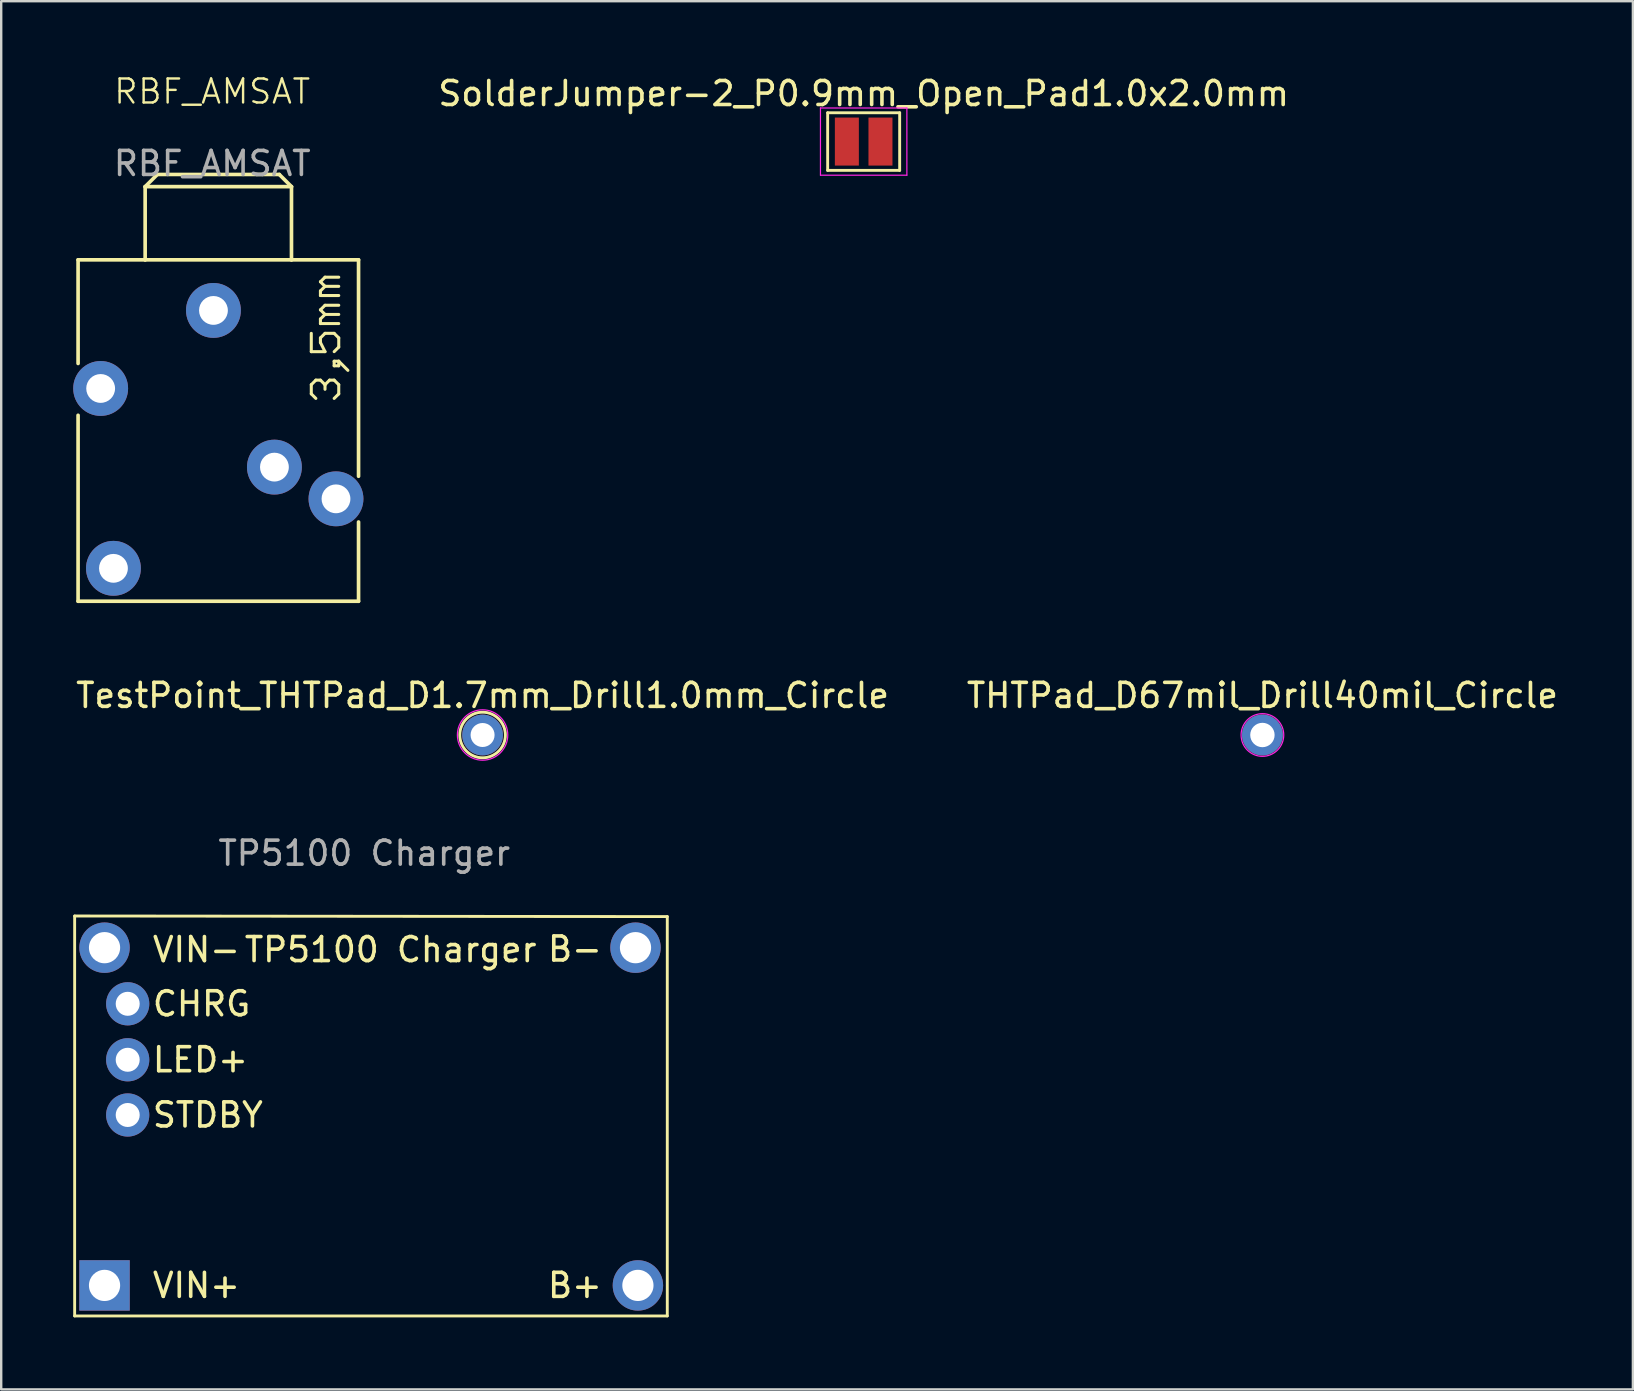
<source format=kicad_pcb>
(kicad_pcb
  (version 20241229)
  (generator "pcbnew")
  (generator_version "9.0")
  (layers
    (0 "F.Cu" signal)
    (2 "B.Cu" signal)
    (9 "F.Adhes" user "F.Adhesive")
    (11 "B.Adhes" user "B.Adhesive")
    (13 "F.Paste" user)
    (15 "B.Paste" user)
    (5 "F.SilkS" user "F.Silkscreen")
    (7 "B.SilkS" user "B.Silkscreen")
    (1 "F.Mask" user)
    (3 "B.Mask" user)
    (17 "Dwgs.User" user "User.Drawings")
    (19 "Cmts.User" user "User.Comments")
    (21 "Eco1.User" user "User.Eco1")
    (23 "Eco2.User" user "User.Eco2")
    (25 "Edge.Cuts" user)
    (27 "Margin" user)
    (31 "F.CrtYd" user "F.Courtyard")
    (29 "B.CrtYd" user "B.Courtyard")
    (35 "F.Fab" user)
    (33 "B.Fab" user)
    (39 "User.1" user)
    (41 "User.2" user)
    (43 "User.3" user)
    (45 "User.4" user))
  (footprint "SolderJumper-2_P0.9mm_Open_Pad1.0x2.0mm"
    (layer "F.Cu")
    (at 32.93 2.848)
    (property "Reference" "SolderJumper-2_P0.9mm_Open_Pad1.0x2.0mm" (at 0 -2 0) (layer "F.SilkS") (effects (font (size 1 1) (thickness 0.15))))
    (attr exclude_from_pos_files exclude_from_bom)
    (fp_line (start -1.5 -1.2) (end 1.5 -1.2) (stroke (width 0.12) (type solid)) (layer "F.SilkS"))
    (fp_line (start -1.5 1.2) (end -1.5 -1.2) (stroke (width 0.12) (type solid)) (layer "F.SilkS"))
    (fp_line (start 1.5 -1.2) (end 1.5 1.2) (stroke (width 0.12) (type solid)) (layer "F.SilkS"))
    (fp_line (start 1.5 1.2) (end -1.5 1.2) (stroke (width 0.12) (type solid)) (layer "F.SilkS"))
    (fp_line (start -1.8 -1.4) (end 1.8 -1.4) (stroke (width 0.05) (type solid)) (layer "F.CrtYd"))
    (fp_line (start -1.8 1.4) (end -1.8 -1.4) (stroke (width 0.05) (type solid)) (layer "F.CrtYd"))
    (fp_line (start 1.8 1.4) (end -1.8 1.4) (stroke (width 0.05) (type solid)) (layer "F.CrtYd"))
    (fp_line (start 1.8 1.4) (end 1.8 -1.4) (stroke (width 0.05) (type solid)) (layer "F.CrtYd"))
    (pad "1" smd rect (at -0.7 0) (size 1 2) (layers "F.Cu" "F.Mask"))
    (pad "2" smd rect (at 0.7 0) (size 1 2) (layers "F.Cu" "F.Mask")))
  (footprint "TestPoint_THTPad_D1.7mm_Drill1.0mm_Circle"
    (layer "F.Cu")
    (at 17.054 27.57)
    (property "Reference" "TestPoint_THTPad_D1.7mm_Drill1.0mm_Circle" (at 0 -1.648 0) (layer "F.SilkS") (effects (font (size 1 1) (thickness 0.15))))
    (attr exclude_from_pos_files exclude_from_bom)
    (fp_circle (center 0 0) (end 0 0.95) (stroke (width 0.12) (type solid)) (fill no) (layer "F.SilkS"))
    (fp_circle (center 0 0) (end 1.05 0) (stroke (width 0.05) (type solid)) (fill no) (layer "F.CrtYd"))
    (pad "1" thru_hole circle (at 0 0) (size 1.7 1.7) (drill 1) (layers "*.Cu" "*.Mask")))
  (footprint "TP5100 Charger"
    (layer "F.Cu")
    (at 12.125 44)
    (property "Reference" "TP5100 Charger" (at 1.1 -7.488 0) (unlocked yes) (layer "F.SilkS") (effects (font (size 1 1) (thickness 0.15))))
    (attr through_hole)
    (fp_line (start -12.065 -8.89) (end 12.624 -8.865) (stroke (width 0.12) (type solid)) (layer "F.SilkS"))
    (fp_line (start -12.065 7.772) (end -12.065 -8.89) (stroke (width 0.12) (type solid)) (layer "F.SilkS"))
    (fp_line (start 12.624 -8.865) (end 12.624 7.772) (stroke (width 0.12) (type solid)) (layer "F.SilkS"))
    (fp_line (start 12.624 7.772) (end -12.065 7.772) (stroke (width 0.12) (type solid)) (layer "F.SilkS"))
    (fp_text user "VIN+" (at -8.9 6.5 0) (unlocked yes) (layer "F.SilkS") (effects (font (size 1 1) (thickness 0.15)) (justify left)))
    (fp_text user "CHRG" (at -8.9 -5.232 0) (unlocked yes) (layer "F.SilkS") (effects (font (size 1 1) (thickness 0.15)) (justify left)))
    (fp_text user "STDBY" (at -8.9 -0.6 0) (unlocked yes) (layer "F.SilkS") (effects (font (size 1 1) (thickness 0.15)) (justify left)))
    (fp_text user "B+" (at 9.994 6.5 0) (unlocked yes) (layer "F.SilkS") (effects (font (size 1 1) (thickness 0.15)) (justify right)))
    (fp_text user "LED+" (at -8.9 -2.9 0) (unlocked yes) (layer "F.SilkS") (effects (font (size 1 1) (thickness 0.15)) (justify left)))
    (fp_text user "VIN-" (at -8.9 -7.488 0) (unlocked yes) (layer "F.SilkS") (effects (font (size 1 1) (thickness 0.15)) (justify left)))
    (fp_text user "B-" (at 9.994 -7.513 0) (unlocked yes) (layer "F.SilkS") (effects (font (size 1 1) (thickness 0.15)) (justify right)))
    (fp_text user "${REFERENCE}" (at 0 -11.506 0) (unlocked yes) (layer "F.Fab") (effects (font (size 1 1) (thickness 0.15))))
    (pad "1" thru_hole rect (at -10.82 6.5) (size 2.1 2.1) (drill 1.3) (layers "*.Cu" "*.Mask"))
    (pad "2" thru_hole circle (at -10.82 -7.57) (size 2.1 2.1) (drill 1.3) (layers "*.Cu" "*.Mask"))
    (pad "3" thru_hole circle (at 11.4 6.5) (size 2.1 2.1) (drill 1.3) (layers "*.Cu" "*.Mask"))
    (pad "4" thru_hole circle (at 11.3 -7.57) (size 2.1 2.1) (drill 1.3) (layers "*.Cu" "*.Mask"))
    (pad "5" thru_hole circle (at -9.855 -5.232) (size 1.8 1.8) (drill 1) (layers "*.Cu" "*.Mask"))
    (pad "6" thru_hole circle (at -9.855 -2.9 180) (size 1.8 1.8) (drill 1) (layers "*.Cu" "*.Mask"))
    (pad "7" thru_hole circle (at -9.855 -0.6 180) (size 1.8 1.8) (drill 1) (layers "*.Cu" "*.Mask")))
  (footprint "THTPad_D67mil_Drill40mil_Circle"
    (layer "F.Cu")
    (at 49.542 27.57)
    (property "Reference" "THTPad_D67mil_Drill40mil_Circle" (at 0 -1.648 0) (layer "F.SilkS") (effects (font (size 1 1) (thickness 0.15))))
    (attr exclude_from_pos_files exclude_from_bom)
    (fp_circle (center 0 0) (end 0.889 0) (stroke (width 0.05) (type solid)) (fill no) (layer "F.CrtYd"))
    (pad "1" thru_hole circle (at 0 0) (size 1.702 1.702) (drill 1.016) (layers "*.Cu" "*.Mask")))
  (footprint "RBF_AMSAT"
    (layer "F.Cu")
    (at 5.842 9.882)
    (property "Reference" "RBF_AMSAT" (at -0.051 -9.121 0) (unlocked yes) (layer "F.SilkS") (effects (font (size 1 1) (thickness 0.1))))
    (attr through_hole)
    (fp_line (start -5.639 -2.108) (end -2.845 -2.108) (stroke (width 0.152) (type solid)) (layer "F.SilkS"))
    (fp_line (start -5.639 2.21) (end -5.639 -2.108) (stroke (width 0.152) (type solid)) (layer "F.SilkS"))
    (fp_line (start -5.639 12.116) (end -5.639 4.369) (stroke (width 0.152) (type solid)) (layer "F.SilkS"))
    (fp_line (start -2.845 -5.156) (end 3.251 -5.156) (stroke (width 0.152) (type solid)) (layer "F.SilkS"))
    (fp_line (start -2.845 -2.108) (end -2.845 -5.156) (stroke (width 0.152) (type solid)) (layer "F.SilkS"))
    (fp_line (start -2.845 -2.108) (end 3.251 -2.108) (stroke (width 0.152) (type solid)) (layer "F.SilkS"))
    (fp_line (start -2.337 -5.664) (end -2.845 -5.156) (stroke (width 0.152) (type solid)) (layer "F.SilkS"))
    (fp_line (start 2.743 -5.664) (end -2.337 -5.664) (stroke (width 0.152) (type solid)) (layer "F.SilkS"))
    (fp_line (start 3.251 -5.156) (end 2.743 -5.664) (stroke (width 0.152) (type solid)) (layer "F.SilkS"))
    (fp_line (start 3.251 -5.156) (end 3.251 -2.108) (stroke (width 0.152) (type solid)) (layer "F.SilkS"))
    (fp_line (start 3.251 -2.108) (end 6.045 -2.108) (stroke (width 0.152) (type solid)) (layer "F.SilkS"))
    (fp_line (start 4.076 1.718) (end 4.076 0.955) (stroke (width 0.127) (type solid)) (layer "F.SilkS"))
    (fp_line (start 4.076 3.094) (end 4.266 2.904) (stroke (width 0.127) (type solid)) (layer "F.SilkS"))
    (fp_line (start 4.076 3.476) (end 4.076 3.094) (stroke (width 0.127) (type solid)) (layer "F.SilkS"))
    (fp_line (start 4.076 3.476) (end 4.266 3.666) (stroke (width 0.127) (type solid)) (layer "F.SilkS"))
    (fp_line (start 4.266 2.904) (end 4.457 2.904) (stroke (width 0.127) (type solid)) (layer "F.SilkS"))
    (fp_line (start 4.457 -1.193) (end 4.648 -1.384) (stroke (width 0.127) (type solid)) (layer "F.SilkS"))
    (fp_line (start 4.457 -0.812) (end 4.648 -1.003) (stroke (width 0.127) (type solid)) (layer "F.SilkS"))
    (fp_line (start 4.457 -0.621) (end 4.457 -0.812) (stroke (width 0.127) (type solid)) (layer "F.SilkS"))
    (fp_line (start 4.457 -0.024) (end 4.648 -0.214) (stroke (width 0.127) (type solid)) (layer "F.SilkS"))
    (fp_line (start 4.457 0.358) (end 4.648 0.167) (stroke (width 0.127) (type solid)) (layer "F.SilkS"))
    (fp_line (start 4.457 0.548) (end 4.457 0.358) (stroke (width 0.127) (type solid)) (layer "F.SilkS"))
    (fp_line (start 4.457 0.548) (end 5.22 0.548) (stroke (width 0.127) (type solid)) (layer "F.SilkS"))
    (fp_line (start 4.457 1.146) (end 4.457 1.336) (stroke (width 0.127) (type solid)) (layer "F.SilkS"))
    (fp_line (start 4.457 1.336) (end 4.648 1.718) (stroke (width 0.127) (type solid)) (layer "F.SilkS"))
    (fp_line (start 4.457 2.904) (end 4.648 3.094) (stroke (width 0.127) (type solid)) (layer "F.SilkS"))
    (fp_line (start 4.648 -1.384) (end 5.22 -1.384) (stroke (width 0.127) (type solid)) (layer "F.SilkS"))
    (fp_line (start 4.648 -1.003) (end 4.457 -1.193) (stroke (width 0.127) (type solid)) (layer "F.SilkS"))
    (fp_line (start 4.648 -0.214) (end 5.22 -0.214) (stroke (width 0.127) (type solid)) (layer "F.SilkS"))
    (fp_line (start 4.648 0.167) (end 4.457 -0.024) (stroke (width 0.127) (type solid)) (layer "F.SilkS"))
    (fp_line (start 4.648 0.955) (end 4.457 1.146) (stroke (width 0.127) (type solid)) (layer "F.SilkS"))
    (fp_line (start 4.648 1.718) (end 4.076 1.718) (stroke (width 0.127) (type solid)) (layer "F.SilkS"))
    (fp_line (start 4.648 3.094) (end 4.838 2.904) (stroke (width 0.127) (type solid)) (layer "F.SilkS"))
    (fp_line (start 4.648 3.285) (end 4.648 3.094) (stroke (width 0.127) (type solid)) (layer "F.SilkS"))
    (fp_line (start 4.838 2.904) (end 5.029 2.904) (stroke (width 0.127) (type solid)) (layer "F.SilkS"))
    (fp_line (start 5.029 0.955) (end 4.648 0.955) (stroke (width 0.127) (type solid)) (layer "F.SilkS"))
    (fp_line (start 5.029 1.718) (end 5.22 1.527) (stroke (width 0.127) (type solid)) (layer "F.SilkS"))
    (fp_line (start 5.029 2.116) (end 5.029 2.307) (stroke (width 0.127) (type solid)) (layer "F.SilkS"))
    (fp_line (start 5.029 2.307) (end 5.22 2.307) (stroke (width 0.127) (type solid)) (layer "F.SilkS"))
    (fp_line (start 5.029 2.904) (end 5.22 3.094) (stroke (width 0.127) (type solid)) (layer "F.SilkS"))
    (fp_line (start 5.22 -1.003) (end 4.648 -1.003) (stroke (width 0.127) (type solid)) (layer "F.SilkS"))
    (fp_line (start 5.22 -0.621) (end 4.457 -0.621) (stroke (width 0.127) (type solid)) (layer "F.SilkS"))
    (fp_line (start 5.22 0.167) (end 4.648 0.167) (stroke (width 0.127) (type solid)) (layer "F.SilkS"))
    (fp_line (start 5.22 1.146) (end 5.029 0.955) (stroke (width 0.127) (type solid)) (layer "F.SilkS"))
    (fp_line (start 5.22 1.527) (end 5.22 1.146) (stroke (width 0.127) (type solid)) (layer "F.SilkS"))
    (fp_line (start 5.22 2.116) (end 5.029 2.116) (stroke (width 0.127) (type solid)) (layer "F.SilkS"))
    (fp_line (start 5.22 2.116) (end 5.601 2.497) (stroke (width 0.127) (type solid)) (layer "F.SilkS"))
    (fp_line (start 5.22 2.307) (end 5.22 2.116) (stroke (width 0.127) (type solid)) (layer "F.SilkS"))
    (fp_line (start 5.22 3.094) (end 5.22 3.476) (stroke (width 0.127) (type solid)) (layer "F.SilkS"))
    (fp_line (start 5.22 3.476) (end 5.029 3.666) (stroke (width 0.127) (type solid)) (layer "F.SilkS"))
    (fp_line (start 6.045 -2.108) (end 6.045 6.909) (stroke (width 0.152) (type solid)) (layer "F.SilkS"))
    (fp_line (start 6.045 8.814) (end 6.045 12.116) (stroke (width 0.152) (type solid)) (layer "F.SilkS"))
    (fp_line (start 6.045 12.116) (end -5.639 12.116) (stroke (width 0.152) (type solid)) (layer "F.SilkS"))
    (fp_text user "${REFERENCE}" (at -0.051 -6.121 0) (unlocked yes) (layer "F.Fab") (effects (font (size 1 1) (thickness 0.15))))
    (pad "1" thru_hole circle (at 0 0) (size 2.286 2.286) (drill 1.2) (layers "*.Cu" "*.Mask"))
    (pad "2" thru_hole circle (at -4.699 3.251) (size 2.286 2.286) (drill 1.2) (layers "*.Cu" "*.Mask"))
    (pad "3" thru_hole circle (at -4.166 10.744) (size 2.286 2.286) (drill 1.2) (layers "*.Cu" "*.Mask"))
    (pad "4" thru_hole circle (at 2.54 6.528) (size 2.286 2.286) (drill 1.2) (layers "*.Cu" "*.Mask"))
    (pad "5" thru_hole circle (at 5.105 7.849) (size 2.286 2.286) (drill 1.2) (layers "*.Cu" "*.Mask")))
  (gr_rect
    (start -3 -3)
    (end 64.976 54.832)
    (stroke (width 0.1) (type default))
    (fill no)
    (layer "Edge.Cuts")))
</source>
